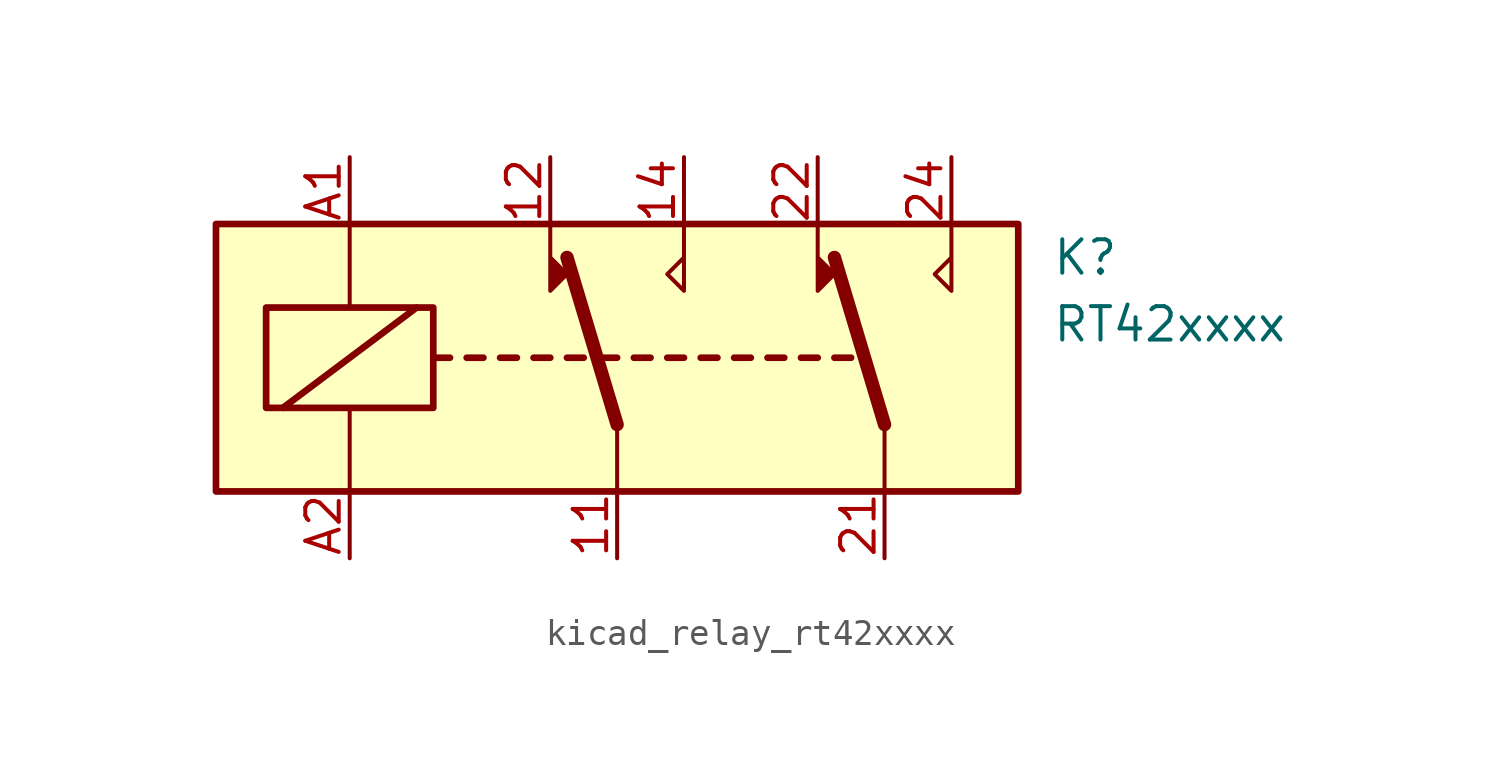
<source format=kicad_sym>
(kicad_symbol_lib
  (version 20220914)
  (generator kicad_symbol_editor)
  (symbol "kicad_relay_rt42xxxx"
    (property "Reference" "K"
      (at 16.51 3.81 0)
      (effects (font (size 1.27 1.27)) (justify left)))
    (property "Value" "RT42xxxx"
      (at 16.51 1.27 0)
      (effects (font (size 1.27 1.27)) (justify left)))
    (symbol "kicad_relay_rt42xxxx_0_1"
      (rectangle (start -15.24 5.08) (end 15.24 -5.08) (stroke (width 0.254) (type default)) (fill (type background)))
      (rectangle (start -13.335 1.905) (end -6.985 -1.905) (stroke (width 0.254) (type default)) (fill (type none)))
      (polyline (pts (xy -12.7 -1.905) (xy -7.62 1.905)) (stroke (width 0.254) (type default)) (fill (type none)))
      (polyline (pts (xy -10.16 -5.08) (xy -10.16 -1.905)) (stroke (width 0) (type default)) (fill (type none)))
      (polyline (pts (xy -10.16 5.08) (xy -10.16 1.905)) (stroke (width 0) (type default)) (fill (type none)))
      (polyline (pts (xy -6.985 0) (xy -6.35 0)) (stroke (width 0.254) (type default)) (fill (type none)))
      (polyline (pts (xy -5.715 0) (xy -5.08 0)) (stroke (width 0.254) (type default)) (fill (type none)))
      (polyline (pts (xy -4.445 0) (xy -3.81 0)) (stroke (width 0.254) (type default)) (fill (type none)))
      (polyline (pts (xy -3.175 0) (xy -2.54 0)) (stroke (width 0.254) (type default)) (fill (type none)))
      (polyline (pts (xy -1.905 0) (xy -1.27 0)) (stroke (width 0.254) (type default)) (fill (type none)))
      (polyline (pts (xy -0.635 0) (xy 0 0)) (stroke (width 0.254) (type default)) (fill (type none)))
      (polyline (pts (xy 0 -2.54) (xy -1.905 3.81)) (stroke (width 0.508) (type default)) (fill (type none)))
      (polyline (pts (xy 0 -2.54) (xy 0 -5.08)) (stroke (width 0) (type default)) (fill (type none)))
      (polyline (pts (xy 0.635 0) (xy 1.27 0)) (stroke (width 0.254) (type default)) (fill (type none)))
      (polyline (pts (xy 1.905 0) (xy 2.54 0)) (stroke (width 0.254) (type default)) (fill (type none)))
      (polyline (pts (xy 3.175 0) (xy 3.81 0)) (stroke (width 0.254) (type default)) (fill (type none)))
      (polyline (pts (xy 4.445 0) (xy 5.08 0)) (stroke (width 0.254) (type default)) (fill (type none)))
      (polyline (pts (xy 5.715 0) (xy 6.35 0)) (stroke (width 0.254) (type default)) (fill (type none)))
      (polyline (pts (xy 6.985 0) (xy 7.62 0)) (stroke (width 0.254) (type default)) (fill (type none)))
      (polyline (pts (xy 8.255 0) (xy 8.89 0)) (stroke (width 0.254) (type default)) (fill (type none)))
      (polyline (pts (xy 10.16 -2.54) (xy 8.255 3.81)) (stroke (width 0.508) (type default)) (fill (type none)))
      (polyline (pts (xy 10.16 -2.54) (xy 10.16 -5.08)) (stroke (width 0) (type default)) (fill (type none)))
      (polyline (pts (xy -2.54 5.08) (xy -2.54 2.54) (xy -1.905 3.175) (xy -2.54 3.81)) (stroke (width 0) (type default)) (fill (type outline)))
      (polyline (pts (xy 2.54 5.08) (xy 2.54 2.54) (xy 1.905 3.175) (xy 2.54 3.81)) (stroke (width 0) (type default)) (fill (type none)))
      (polyline (pts (xy 7.62 5.08) (xy 7.62 2.54) (xy 8.255 3.175) (xy 7.62 3.81)) (stroke (width 0) (type default)) (fill (type outline)))
      (polyline (pts (xy 12.7 5.08) (xy 12.7 2.54) (xy 12.065 3.175) (xy 12.7 3.81)) (stroke (width 0) (type default)) (fill (type none))))
    (symbol "kicad_relay_rt42xxxx_1_1"
      (pin passive line (at 0 -7.62 90) (length 2.54) (name "~" (effects (font (size 1.27 1.27)))) (number "11" (effects (font (size 1.27 1.27)))))
      (pin passive line (at -2.54 7.62 270) (length 2.54) (name "~" (effects (font (size 1.27 1.27)))) (number "12" (effects (font (size 1.27 1.27)))))
      (pin passive line (at 2.54 7.62 270) (length 2.54) (name "~" (effects (font (size 1.27 1.27)))) (number "14" (effects (font (size 1.27 1.27)))))
      (pin passive line (at 10.16 -7.62 90) (length 2.54) (name "~" (effects (font (size 1.27 1.27)))) (number "21" (effects (font (size 1.27 1.27)))))
      (pin passive line (at 7.62 7.62 270) (length 2.54) (name "~" (effects (font (size 1.27 1.27)))) (number "22" (effects (font (size 1.27 1.27)))))
      (pin passive line (at 12.7 7.62 270) (length 2.54) (name "~" (effects (font (size 1.27 1.27)))) (number "24" (effects (font (size 1.27 1.27)))))
      (pin passive line (at -10.16 7.62 270) (length 2.54) (name "~" (effects (font (size 1.27 1.27)))) (number "A1" (effects (font (size 1.27 1.27)))))
      (pin passive line (at -10.16 -7.62 90) (length 2.54) (name "~" (effects (font (size 1.27 1.27)))) (number "A2" (effects (font (size 1.27 1.27))))))))
</source>
